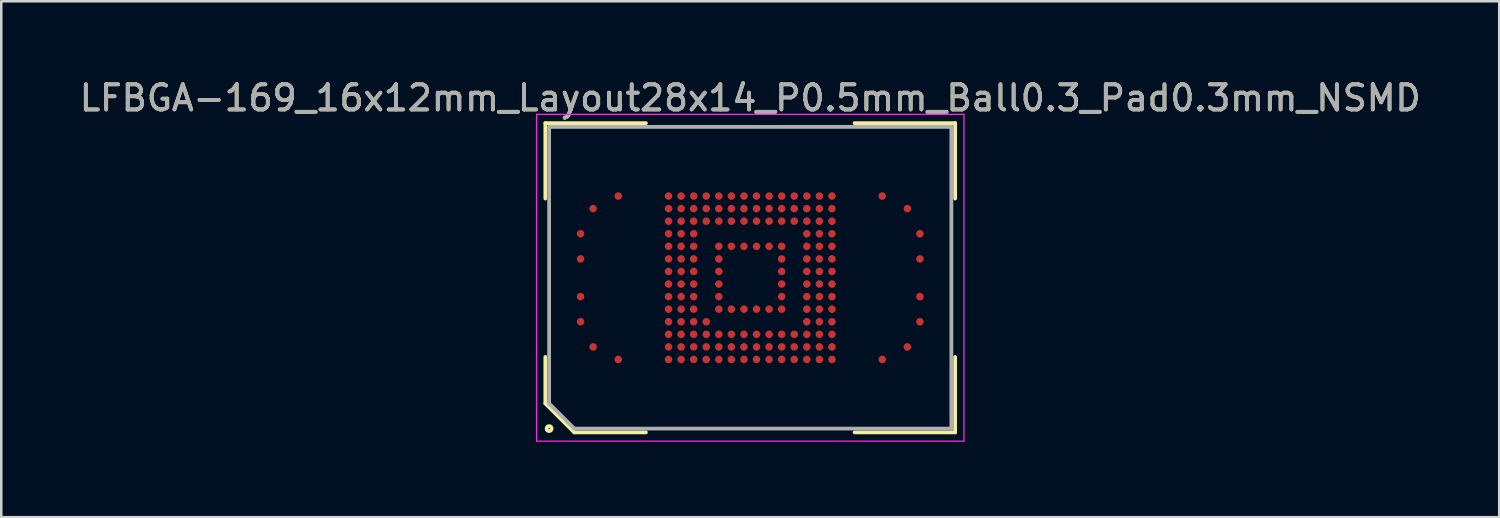
<source format=kicad_pcb>
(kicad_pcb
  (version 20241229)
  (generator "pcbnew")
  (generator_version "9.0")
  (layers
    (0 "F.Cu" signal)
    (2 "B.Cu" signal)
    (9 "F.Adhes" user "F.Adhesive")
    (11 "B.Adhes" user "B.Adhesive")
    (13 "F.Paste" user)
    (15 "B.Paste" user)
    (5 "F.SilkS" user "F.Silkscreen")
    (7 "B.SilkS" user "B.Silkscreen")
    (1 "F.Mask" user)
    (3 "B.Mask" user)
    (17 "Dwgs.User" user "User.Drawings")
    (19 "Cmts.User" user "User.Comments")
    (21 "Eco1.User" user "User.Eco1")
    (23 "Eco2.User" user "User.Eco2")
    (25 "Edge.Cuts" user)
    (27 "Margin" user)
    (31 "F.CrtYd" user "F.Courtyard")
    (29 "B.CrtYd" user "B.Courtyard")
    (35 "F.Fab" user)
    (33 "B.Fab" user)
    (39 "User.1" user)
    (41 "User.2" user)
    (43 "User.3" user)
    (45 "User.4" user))
  (footprint "LFBGA-169_16x12mm_Layout28x14_P0.5mm_Ball0.3_Pad0.3mm_NSMD"
    (layer "F.Cu")
    (at 26.792 7.998)
    (property "Reference" "LFBGA-169_16x12mm_Layout28x14_P0.5mm_Ball0.3_Pad0.3mm_NSMD" (at 0 -7.15 0) (layer "F.SilkS") (effects (font (size 1 1) (thickness 0.15))))
    (attr smd)
    (fp_line (start -8.15 -6.15) (end -4.15 -6.15) (stroke (width 0.15) (type solid)) (layer "F.SilkS"))
    (fp_line (start -8.15 -3.15) (end -8.15 -6.15) (stroke (width 0.15) (type solid)) (layer "F.SilkS"))
    (fp_line (start -8.15 3.15) (end -8.15 5) (stroke (width 0.15) (type solid)) (layer "F.SilkS"))
    (fp_line (start -8.15 5) (end -7 6.15) (stroke (width 0.15) (type solid)) (layer "F.SilkS"))
    (fp_line (start -7 6.15) (end -4.15 6.15) (stroke (width 0.15) (type solid)) (layer "F.SilkS"))
    (fp_line (start 8.15 -6.15) (end 4.15 -6.15) (stroke (width 0.15) (type solid)) (layer "F.SilkS"))
    (fp_line (start 8.15 -3.15) (end 8.15 -6.15) (stroke (width 0.15) (type solid)) (layer "F.SilkS"))
    (fp_line (start 8.15 3.15) (end 8.15 6.15) (stroke (width 0.15) (type solid)) (layer "F.SilkS"))
    (fp_line (start 8.15 6.15) (end 4.15 6.15) (stroke (width 0.15) (type solid)) (layer "F.SilkS"))
    (fp_circle (center -8 6) (end -8 6.1) (stroke (width 0.15) (type solid)) (fill no) (layer "F.SilkS"))
    (fp_line (start -8.5 -6.5) (end 8.5 -6.5) (stroke (width 0.05) (type solid)) (layer "F.CrtYd"))
    (fp_line (start -8.5 6.5) (end -8.5 -6.5) (stroke (width 0.05) (type solid)) (layer "F.CrtYd"))
    (fp_line (start 8.5 -6.5) (end 8.5 6.5) (stroke (width 0.05) (type solid)) (layer "F.CrtYd"))
    (fp_line (start 8.5 6.5) (end -8.5 6.5) (stroke (width 0.05) (type solid)) (layer "F.CrtYd"))
    (fp_line (start -8 -6) (end -8 5) (stroke (width 0.15) (type solid)) (layer "F.Fab"))
    (fp_line (start -8 5) (end -7 6) (stroke (width 0.15) (type solid)) (layer "F.Fab"))
    (fp_line (start -7 6) (end 8 6) (stroke (width 0.15) (type solid)) (layer "F.Fab"))
    (fp_line (start 8 -6) (end -8 -6) (stroke (width 0.15) (type solid)) (layer "F.Fab"))
    (fp_line (start 8 6) (end 8 -6) (stroke (width 0.15) (type solid)) (layer "F.Fab"))
    (fp_text user "${REFERENCE}" (at 0 -7.15 0) (layer "F.Fab") (effects (font (size 1 1) (thickness 0.15))))
    (pad "A4" smd circle (at -6.75 1.75 90) (size 0.3 0.3) (layers "F.Cu" "F.Mask" "F.Paste"))
    (pad "A6" smd circle (at -6.75 0.75 90) (size 0.3 0.3) (layers "F.Cu" "F.Mask" "F.Paste"))
    (pad "A9" smd circle (at -6.75 -0.75 90) (size 0.3 0.3) (layers "F.Cu" "F.Mask" "F.Paste"))
    (pad "A11" smd circle (at -6.75 -1.75 90) (size 0.3 0.3) (layers "F.Cu" "F.Mask" "F.Paste"))
    (pad "AA1" smd circle (at 3.25 3.25 90) (size 0.3 0.3) (layers "F.Cu" "F.Mask" "F.Paste"))
    (pad "AA2" smd circle (at 3.25 2.75 90) (size 0.3 0.3) (layers "F.Cu" "F.Mask" "F.Paste"))
    (pad "AA3" smd circle (at 3.25 2.25 90) (size 0.3 0.3) (layers "F.Cu" "F.Mask" "F.Paste"))
    (pad "AA4" smd circle (at 3.25 1.75 90) (size 0.3 0.3) (layers "F.Cu" "F.Mask" "F.Paste"))
    (pad "AA5" smd circle (at 3.25 1.25 90) (size 0.3 0.3) (layers "F.Cu" "F.Mask" "F.Paste"))
    (pad "AA6" smd circle (at 3.25 0.75 90) (size 0.3 0.3) (layers "F.Cu" "F.Mask" "F.Paste"))
    (pad "AA7" smd circle (at 3.25 0.25 90) (size 0.3 0.3) (layers "F.Cu" "F.Mask" "F.Paste"))
    (pad "AA8" smd circle (at 3.25 -0.25 90) (size 0.3 0.3) (layers "F.Cu" "F.Mask" "F.Paste"))
    (pad "AA9" smd circle (at 3.25 -0.75 90) (size 0.3 0.3) (layers "F.Cu" "F.Mask" "F.Paste"))
    (pad "AA10" smd circle (at 3.25 -1.25 90) (size 0.3 0.3) (layers "F.Cu" "F.Mask" "F.Paste"))
    (pad "AA11" smd circle (at 3.25 -1.75 90) (size 0.3 0.3) (layers "F.Cu" "F.Mask" "F.Paste"))
    (pad "AA12" smd circle (at 3.25 -2.25 90) (size 0.3 0.3) (layers "F.Cu" "F.Mask" "F.Paste"))
    (pad "AA13" smd circle (at 3.25 -2.75 90) (size 0.3 0.3) (layers "F.Cu" "F.Mask" "F.Paste"))
    (pad "AA14" smd circle (at 3.25 -3.25 90) (size 0.3 0.3) (layers "F.Cu" "F.Mask" "F.Paste"))
    (pad "AE1" smd circle (at 5.25 3.25 90) (size 0.3 0.3) (layers "F.Cu" "F.Mask" "F.Paste"))
    (pad "AE14" smd circle (at 5.25 -3.25 90) (size 0.3 0.3) (layers "F.Cu" "F.Mask" "F.Paste"))
    (pad "AG2" smd circle (at 6.25 2.75 90) (size 0.3 0.3) (layers "F.Cu" "F.Mask" "F.Paste"))
    (pad "AG13" smd circle (at 6.25 -2.75 90) (size 0.3 0.3) (layers "F.Cu" "F.Mask" "F.Paste"))
    (pad "AH4" smd circle (at 6.75 1.75 90) (size 0.3 0.3) (layers "F.Cu" "F.Mask" "F.Paste"))
    (pad "AH6" smd circle (at 6.75 0.75 90) (size 0.3 0.3) (layers "F.Cu" "F.Mask" "F.Paste"))
    (pad "AH9" smd circle (at 6.75 -0.75 90) (size 0.3 0.3) (layers "F.Cu" "F.Mask" "F.Paste"))
    (pad "AH11" smd circle (at 6.75 -1.75 90) (size 0.3 0.3) (layers "F.Cu" "F.Mask" "F.Paste"))
    (pad "B2" smd circle (at -6.25 2.75 90) (size 0.3 0.3) (layers "F.Cu" "F.Mask" "F.Paste"))
    (pad "B13" smd circle (at -6.25 -2.75 90) (size 0.3 0.3) (layers "F.Cu" "F.Mask" "F.Paste"))
    (pad "D1" smd circle (at -5.25 3.25 90) (size 0.3 0.3) (layers "F.Cu" "F.Mask" "F.Paste"))
    (pad "D14" smd circle (at -5.25 -3.25 90) (size 0.3 0.3) (layers "F.Cu" "F.Mask" "F.Paste"))
    (pad "H1" smd circle (at -3.25 3.25 90) (size 0.3 0.3) (layers "F.Cu" "F.Mask" "F.Paste"))
    (pad "H2" smd circle (at -3.25 2.75 90) (size 0.3 0.3) (layers "F.Cu" "F.Mask" "F.Paste"))
    (pad "H3" smd circle (at -3.25 2.25 90) (size 0.3 0.3) (layers "F.Cu" "F.Mask" "F.Paste"))
    (pad "H4" smd circle (at -3.25 1.75 90) (size 0.3 0.3) (layers "F.Cu" "F.Mask" "F.Paste"))
    (pad "H5" smd circle (at -3.25 1.25 90) (size 0.3 0.3) (layers "F.Cu" "F.Mask" "F.Paste"))
    (pad "H6" smd circle (at -3.25 0.75 90) (size 0.3 0.3) (layers "F.Cu" "F.Mask" "F.Paste"))
    (pad "H7" smd circle (at -3.25 0.25 90) (size 0.3 0.3) (layers "F.Cu" "F.Mask" "F.Paste"))
    (pad "H8" smd circle (at -3.25 -0.25 90) (size 0.3 0.3) (layers "F.Cu" "F.Mask" "F.Paste"))
    (pad "H9" smd circle (at -3.25 -0.75 90) (size 0.3 0.3) (layers "F.Cu" "F.Mask" "F.Paste"))
    (pad "H10" smd circle (at -3.25 -1.25 90) (size 0.3 0.3) (layers "F.Cu" "F.Mask" "F.Paste"))
    (pad "H11" smd circle (at -3.25 -1.75 90) (size 0.3 0.3) (layers "F.Cu" "F.Mask" "F.Paste"))
    (pad "H12" smd circle (at -3.25 -2.25 90) (size 0.3 0.3) (layers "F.Cu" "F.Mask" "F.Paste"))
    (pad "H13" smd circle (at -3.25 -2.75 90) (size 0.3 0.3) (layers "F.Cu" "F.Mask" "F.Paste"))
    (pad "H14" smd circle (at -3.25 -3.25 90) (size 0.3 0.3) (layers "F.Cu" "F.Mask" "F.Paste"))
    (pad "J1" smd circle (at -2.75 3.25 90) (size 0.3 0.3) (layers "F.Cu" "F.Mask" "F.Paste"))
    (pad "J2" smd circle (at -2.75 2.75 90) (size 0.3 0.3) (layers "F.Cu" "F.Mask" "F.Paste"))
    (pad "J3" smd circle (at -2.75 2.25 90) (size 0.3 0.3) (layers "F.Cu" "F.Mask" "F.Paste"))
    (pad "J4" smd circle (at -2.75 1.75 90) (size 0.3 0.3) (layers "F.Cu" "F.Mask" "F.Paste"))
    (pad "J5" smd circle (at -2.75 1.25 90) (size 0.3 0.3) (layers "F.Cu" "F.Mask" "F.Paste"))
    (pad "J6" smd circle (at -2.75 0.75 90) (size 0.3 0.3) (layers "F.Cu" "F.Mask" "F.Paste"))
    (pad "J7" smd circle (at -2.75 0.25 90) (size 0.3 0.3) (layers "F.Cu" "F.Mask" "F.Paste"))
    (pad "J8" smd circle (at -2.75 -0.25 90) (size 0.3 0.3) (layers "F.Cu" "F.Mask" "F.Paste"))
    (pad "J9" smd circle (at -2.75 -0.75 90) (size 0.3 0.3) (layers "F.Cu" "F.Mask" "F.Paste"))
    (pad "J10" smd circle (at -2.75 -1.25 90) (size 0.3 0.3) (layers "F.Cu" "F.Mask" "F.Paste"))
    (pad "J11" smd circle (at -2.75 -1.75 90) (size 0.3 0.3) (layers "F.Cu" "F.Mask" "F.Paste"))
    (pad "J12" smd circle (at -2.75 -2.25 90) (size 0.3 0.3) (layers "F.Cu" "F.Mask" "F.Paste"))
    (pad "J13" smd circle (at -2.75 -2.75 90) (size 0.3 0.3) (layers "F.Cu" "F.Mask" "F.Paste"))
    (pad "J14" smd circle (at -2.75 -3.25 90) (size 0.3 0.3) (layers "F.Cu" "F.Mask" "F.Paste"))
    (pad "K1" smd circle (at -2.25 3.25 90) (size 0.3 0.3) (layers "F.Cu" "F.Mask" "F.Paste"))
    (pad "K2" smd circle (at -2.25 2.75 90) (size 0.3 0.3) (layers "F.Cu" "F.Mask" "F.Paste"))
    (pad "K3" smd circle (at -2.25 2.25 90) (size 0.3 0.3) (layers "F.Cu" "F.Mask" "F.Paste"))
    (pad "K4" smd circle (at -2.25 1.75 90) (size 0.3 0.3) (layers "F.Cu" "F.Mask" "F.Paste"))
    (pad "K5" smd circle (at -2.25 1.25 90) (size 0.3 0.3) (layers "F.Cu" "F.Mask" "F.Paste"))
    (pad "K6" smd circle (at -2.25 0.75 90) (size 0.3 0.3) (layers "F.Cu" "F.Mask" "F.Paste"))
    (pad "K7" smd circle (at -2.25 0.25 90) (size 0.3 0.3) (layers "F.Cu" "F.Mask" "F.Paste"))
    (pad "K8" smd circle (at -2.25 -0.25 90) (size 0.3 0.3) (layers "F.Cu" "F.Mask" "F.Paste"))
    (pad "K9" smd circle (at -2.25 -0.75 90) (size 0.3 0.3) (layers "F.Cu" "F.Mask" "F.Paste"))
    (pad "K10" smd circle (at -2.25 -1.25 90) (size 0.3 0.3) (layers "F.Cu" "F.Mask" "F.Paste"))
    (pad "K11" smd circle (at -2.25 -1.75 90) (size 0.3 0.3) (layers "F.Cu" "F.Mask" "F.Paste"))
    (pad "K12" smd circle (at -2.25 -2.25 90) (size 0.3 0.3) (layers "F.Cu" "F.Mask" "F.Paste"))
    (pad "K13" smd circle (at -2.25 -2.75 90) (size 0.3 0.3) (layers "F.Cu" "F.Mask" "F.Paste"))
    (pad "K14" smd circle (at -2.25 -3.25 90) (size 0.3 0.3) (layers "F.Cu" "F.Mask" "F.Paste"))
    (pad "L1" smd circle (at -1.75 3.25 90) (size 0.3 0.3) (layers "F.Cu" "F.Mask" "F.Paste"))
    (pad "L2" smd circle (at -1.75 2.75 90) (size 0.3 0.3) (layers "F.Cu" "F.Mask" "F.Paste"))
    (pad "L3" smd circle (at -1.75 2.25 90) (size 0.3 0.3) (layers "F.Cu" "F.Mask" "F.Paste"))
    (pad "L4" smd circle (at -1.75 1.75 90) (size 0.3 0.3) (layers "F.Cu" "F.Mask" "F.Paste"))
    (pad "L12" smd circle (at -1.75 -2.25 90) (size 0.3 0.3) (layers "F.Cu" "F.Mask" "F.Paste"))
    (pad "L13" smd circle (at -1.75 -2.75 90) (size 0.3 0.3) (layers "F.Cu" "F.Mask" "F.Paste"))
    (pad "L14" smd circle (at -1.75 -3.25 90) (size 0.3 0.3) (layers "F.Cu" "F.Mask" "F.Paste"))
    (pad "M1" smd circle (at -1.25 3.25 90) (size 0.3 0.3) (layers "F.Cu" "F.Mask" "F.Paste"))
    (pad "M2" smd circle (at -1.25 2.75 90) (size 0.3 0.3) (layers "F.Cu" "F.Mask" "F.Paste"))
    (pad "M3" smd circle (at -1.25 2.25 90) (size 0.3 0.3) (layers "F.Cu" "F.Mask" "F.Paste"))
    (pad "M5" smd circle (at -1.25 1.25 90) (size 0.3 0.3) (layers "F.Cu" "F.Mask" "F.Paste"))
    (pad "M6" smd circle (at -1.25 0.75 90) (size 0.3 0.3) (layers "F.Cu" "F.Mask" "F.Paste"))
    (pad "M7" smd circle (at -1.25 0.25 90) (size 0.3 0.3) (layers "F.Cu" "F.Mask" "F.Paste"))
    (pad "M8" smd circle (at -1.25 -0.25 90) (size 0.3 0.3) (layers "F.Cu" "F.Mask" "F.Paste"))
    (pad "M9" smd circle (at -1.25 -0.75 90) (size 0.3 0.3) (layers "F.Cu" "F.Mask" "F.Paste"))
    (pad "M10" smd circle (at -1.25 -1.25 90) (size 0.3 0.3) (layers "F.Cu" "F.Mask" "F.Paste"))
    (pad "M12" smd circle (at -1.25 -2.25 90) (size 0.3 0.3) (layers "F.Cu" "F.Mask" "F.Paste"))
    (pad "M13" smd circle (at -1.25 -2.75 90) (size 0.3 0.3) (layers "F.Cu" "F.Mask" "F.Paste"))
    (pad "M14" smd circle (at -1.25 -3.25 90) (size 0.3 0.3) (layers "F.Cu" "F.Mask" "F.Paste"))
    (pad "N1" smd circle (at -0.75 3.25 90) (size 0.3 0.3) (layers "F.Cu" "F.Mask" "F.Paste"))
    (pad "N2" smd circle (at -0.75 2.75 90) (size 0.3 0.3) (layers "F.Cu" "F.Mask" "F.Paste"))
    (pad "N3" smd circle (at -0.75 2.25 90) (size 0.3 0.3) (layers "F.Cu" "F.Mask" "F.Paste"))
    (pad "N5" smd circle (at -0.75 1.25 90) (size 0.3 0.3) (layers "F.Cu" "F.Mask" "F.Paste"))
    (pad "N10" smd circle (at -0.75 -1.25 90) (size 0.3 0.3) (layers "F.Cu" "F.Mask" "F.Paste"))
    (pad "N12" smd circle (at -0.75 -2.25 90) (size 0.3 0.3) (layers "F.Cu" "F.Mask" "F.Paste"))
    (pad "N13" smd circle (at -0.75 -2.75 90) (size 0.3 0.3) (layers "F.Cu" "F.Mask" "F.Paste"))
    (pad "N14" smd circle (at -0.75 -3.25 90) (size 0.3 0.3) (layers "F.Cu" "F.Mask" "F.Paste"))
    (pad "P1" smd circle (at -0.25 3.25 90) (size 0.3 0.3) (layers "F.Cu" "F.Mask" "F.Paste"))
    (pad "P2" smd circle (at -0.25 2.75 90) (size 0.3 0.3) (layers "F.Cu" "F.Mask" "F.Paste"))
    (pad "P3" smd circle (at -0.25 2.25 90) (size 0.3 0.3) (layers "F.Cu" "F.Mask" "F.Paste"))
    (pad "P5" smd circle (at -0.25 1.25 90) (size 0.3 0.3) (layers "F.Cu" "F.Mask" "F.Paste"))
    (pad "P10" smd circle (at -0.25 -1.25 90) (size 0.3 0.3) (layers "F.Cu" "F.Mask" "F.Paste"))
    (pad "P12" smd circle (at -0.25 -2.25 90) (size 0.3 0.3) (layers "F.Cu" "F.Mask" "F.Paste"))
    (pad "P13" smd circle (at -0.25 -2.75 90) (size 0.3 0.3) (layers "F.Cu" "F.Mask" "F.Paste"))
    (pad "P14" smd circle (at -0.25 -3.25 90) (size 0.3 0.3) (layers "F.Cu" "F.Mask" "F.Paste"))
    (pad "R1" smd circle (at 0.25 3.25 90) (size 0.3 0.3) (layers "F.Cu" "F.Mask" "F.Paste"))
    (pad "R2" smd circle (at 0.25 2.75 90) (size 0.3 0.3) (layers "F.Cu" "F.Mask" "F.Paste"))
    (pad "R3" smd circle (at 0.25 2.25 90) (size 0.3 0.3) (layers "F.Cu" "F.Mask" "F.Paste"))
    (pad "R5" smd circle (at 0.25 1.25 90) (size 0.3 0.3) (layers "F.Cu" "F.Mask" "F.Paste"))
    (pad "R10" smd circle (at 0.25 -1.25 90) (size 0.3 0.3) (layers "F.Cu" "F.Mask" "F.Paste"))
    (pad "R12" smd circle (at 0.25 -2.25 90) (size 0.3 0.3) (layers "F.Cu" "F.Mask" "F.Paste"))
    (pad "R13" smd circle (at 0.25 -2.75 90) (size 0.3 0.3) (layers "F.Cu" "F.Mask" "F.Paste"))
    (pad "R14" smd circle (at 0.25 -3.25 90) (size 0.3 0.3) (layers "F.Cu" "F.Mask" "F.Paste"))
    (pad "T1" smd circle (at 0.75 3.25 90) (size 0.3 0.3) (layers "F.Cu" "F.Mask" "F.Paste"))
    (pad "T2" smd circle (at 0.75 2.75 90) (size 0.3 0.3) (layers "F.Cu" "F.Mask" "F.Paste"))
    (pad "T3" smd circle (at 0.75 2.25 90) (size 0.3 0.3) (layers "F.Cu" "F.Mask" "F.Paste"))
    (pad "T5" smd circle (at 0.75 1.25 90) (size 0.3 0.3) (layers "F.Cu" "F.Mask" "F.Paste"))
    (pad "T10" smd circle (at 0.75 -1.25 90) (size 0.3 0.3) (layers "F.Cu" "F.Mask" "F.Paste"))
    (pad "T12" smd circle (at 0.75 -2.25 90) (size 0.3 0.3) (layers "F.Cu" "F.Mask" "F.Paste"))
    (pad "T13" smd circle (at 0.75 -2.75 90) (size 0.3 0.3) (layers "F.Cu" "F.Mask" "F.Paste"))
    (pad "T14" smd circle (at 0.75 -3.25 90) (size 0.3 0.3) (layers "F.Cu" "F.Mask" "F.Paste"))
    (pad "U1" smd circle (at 1.25 3.25 90) (size 0.3 0.3) (layers "F.Cu" "F.Mask" "F.Paste"))
    (pad "U2" smd circle (at 1.25 2.75 90) (size 0.3 0.3) (layers "F.Cu" "F.Mask" "F.Paste"))
    (pad "U3" smd circle (at 1.25 2.25 90) (size 0.3 0.3) (layers "F.Cu" "F.Mask" "F.Paste"))
    (pad "U5" smd circle (at 1.25 1.25 90) (size 0.3 0.3) (layers "F.Cu" "F.Mask" "F.Paste"))
    (pad "U6" smd circle (at 1.25 0.75 90) (size 0.3 0.3) (layers "F.Cu" "F.Mask" "F.Paste"))
    (pad "U7" smd circle (at 1.25 0.25 90) (size 0.3 0.3) (layers "F.Cu" "F.Mask" "F.Paste"))
    (pad "U8" smd circle (at 1.25 -0.25 90) (size 0.3 0.3) (layers "F.Cu" "F.Mask" "F.Paste"))
    (pad "U9" smd circle (at 1.25 -0.75 90) (size 0.3 0.3) (layers "F.Cu" "F.Mask" "F.Paste"))
    (pad "U10" smd circle (at 1.25 -1.25 90) (size 0.3 0.3) (layers "F.Cu" "F.Mask" "F.Paste"))
    (pad "U12" smd circle (at 1.25 -2.25 90) (size 0.3 0.3) (layers "F.Cu" "F.Mask" "F.Paste"))
    (pad "U13" smd circle (at 1.25 -2.75 90) (size 0.3 0.3) (layers "F.Cu" "F.Mask" "F.Paste"))
    (pad "U14" smd circle (at 1.25 -3.25 90) (size 0.3 0.3) (layers "F.Cu" "F.Mask" "F.Paste"))
    (pad "V1" smd circle (at 1.75 3.25 90) (size 0.3 0.3) (layers "F.Cu" "F.Mask" "F.Paste"))
    (pad "V2" smd circle (at 1.75 2.75 90) (size 0.3 0.3) (layers "F.Cu" "F.Mask" "F.Paste"))
    (pad "V3" smd circle (at 1.75 2.25 90) (size 0.3 0.3) (layers "F.Cu" "F.Mask" "F.Paste"))
    (pad "V12" smd circle (at 1.75 -2.25 90) (size 0.3 0.3) (layers "F.Cu" "F.Mask" "F.Paste"))
    (pad "V13" smd circle (at 1.75 -2.75 90) (size 0.3 0.3) (layers "F.Cu" "F.Mask" "F.Paste"))
    (pad "V14" smd circle (at 1.75 -3.25 90) (size 0.3 0.3) (layers "F.Cu" "F.Mask" "F.Paste"))
    (pad "W1" smd circle (at 2.25 3.25 90) (size 0.3 0.3) (layers "F.Cu" "F.Mask" "F.Paste"))
    (pad "W2" smd circle (at 2.25 2.75 90) (size 0.3 0.3) (layers "F.Cu" "F.Mask" "F.Paste"))
    (pad "W3" smd circle (at 2.25 2.25 90) (size 0.3 0.3) (layers "F.Cu" "F.Mask" "F.Paste"))
    (pad "W4" smd circle (at 2.25 1.75 90) (size 0.3 0.3) (layers "F.Cu" "F.Mask" "F.Paste"))
    (pad "W5" smd circle (at 2.25 1.25 90) (size 0.3 0.3) (layers "F.Cu" "F.Mask" "F.Paste"))
    (pad "W6" smd circle (at 2.25 0.75 90) (size 0.3 0.3) (layers "F.Cu" "F.Mask" "F.Paste"))
    (pad "W7" smd circle (at 2.25 0.25 90) (size 0.3 0.3) (layers "F.Cu" "F.Mask" "F.Paste"))
    (pad "W8" smd circle (at 2.25 -0.25 90) (size 0.3 0.3) (layers "F.Cu" "F.Mask" "F.Paste"))
    (pad "W9" smd circle (at 2.25 -0.75 90) (size 0.3 0.3) (layers "F.Cu" "F.Mask" "F.Paste"))
    (pad "W10" smd circle (at 2.25 -1.25 90) (size 0.3 0.3) (layers "F.Cu" "F.Mask" "F.Paste"))
    (pad "W11" smd circle (at 2.25 -1.75 90) (size 0.3 0.3) (layers "F.Cu" "F.Mask" "F.Paste"))
    (pad "W12" smd circle (at 2.25 -2.25 90) (size 0.3 0.3) (layers "F.Cu" "F.Mask" "F.Paste"))
    (pad "W13" smd circle (at 2.25 -2.75 90) (size 0.3 0.3) (layers "F.Cu" "F.Mask" "F.Paste"))
    (pad "W14" smd circle (at 2.25 -3.25 90) (size 0.3 0.3) (layers "F.Cu" "F.Mask" "F.Paste"))
    (pad "Y1" smd circle (at 2.75 3.25 90) (size 0.3 0.3) (layers "F.Cu" "F.Mask" "F.Paste"))
    (pad "Y2" smd circle (at 2.75 2.75 90) (size 0.3 0.3) (layers "F.Cu" "F.Mask" "F.Paste"))
    (pad "Y3" smd circle (at 2.75 2.25 90) (size 0.3 0.3) (layers "F.Cu" "F.Mask" "F.Paste"))
    (pad "Y4" smd circle (at 2.75 1.75 90) (size 0.3 0.3) (layers "F.Cu" "F.Mask" "F.Paste"))
    (pad "Y5" smd circle (at 2.75 1.25 90) (size 0.3 0.3) (layers "F.Cu" "F.Mask" "F.Paste"))
    (pad "Y6" smd circle (at 2.75 0.75 90) (size 0.3 0.3) (layers "F.Cu" "F.Mask" "F.Paste"))
    (pad "Y7" smd circle (at 2.75 0.25 90) (size 0.3 0.3) (layers "F.Cu" "F.Mask" "F.Paste"))
    (pad "Y8" smd circle (at 2.75 -0.25 90) (size 0.3 0.3) (layers "F.Cu" "F.Mask" "F.Paste"))
    (pad "Y9" smd circle (at 2.75 -0.75 90) (size 0.3 0.3) (layers "F.Cu" "F.Mask" "F.Paste"))
    (pad "Y10" smd circle (at 2.75 -1.25 90) (size 0.3 0.3) (layers "F.Cu" "F.Mask" "F.Paste"))
    (pad "Y11" smd circle (at 2.75 -1.75 90) (size 0.3 0.3) (layers "F.Cu" "F.Mask" "F.Paste"))
    (pad "Y12" smd circle (at 2.75 -2.25 90) (size 0.3 0.3) (layers "F.Cu" "F.Mask" "F.Paste"))
    (pad "Y13" smd circle (at 2.75 -2.75 90) (size 0.3 0.3) (layers "F.Cu" "F.Mask" "F.Paste"))
    (pad "Y14" smd circle (at 2.75 -3.25 90) (size 0.3 0.3) (layers "F.Cu" "F.Mask" "F.Paste")))
  (gr_rect
    (start -3 -3)
    (end 56.583 17.523)
    (stroke (width 0.1) (type default))
    (fill no)
    (layer "Edge.Cuts")))
</source>
